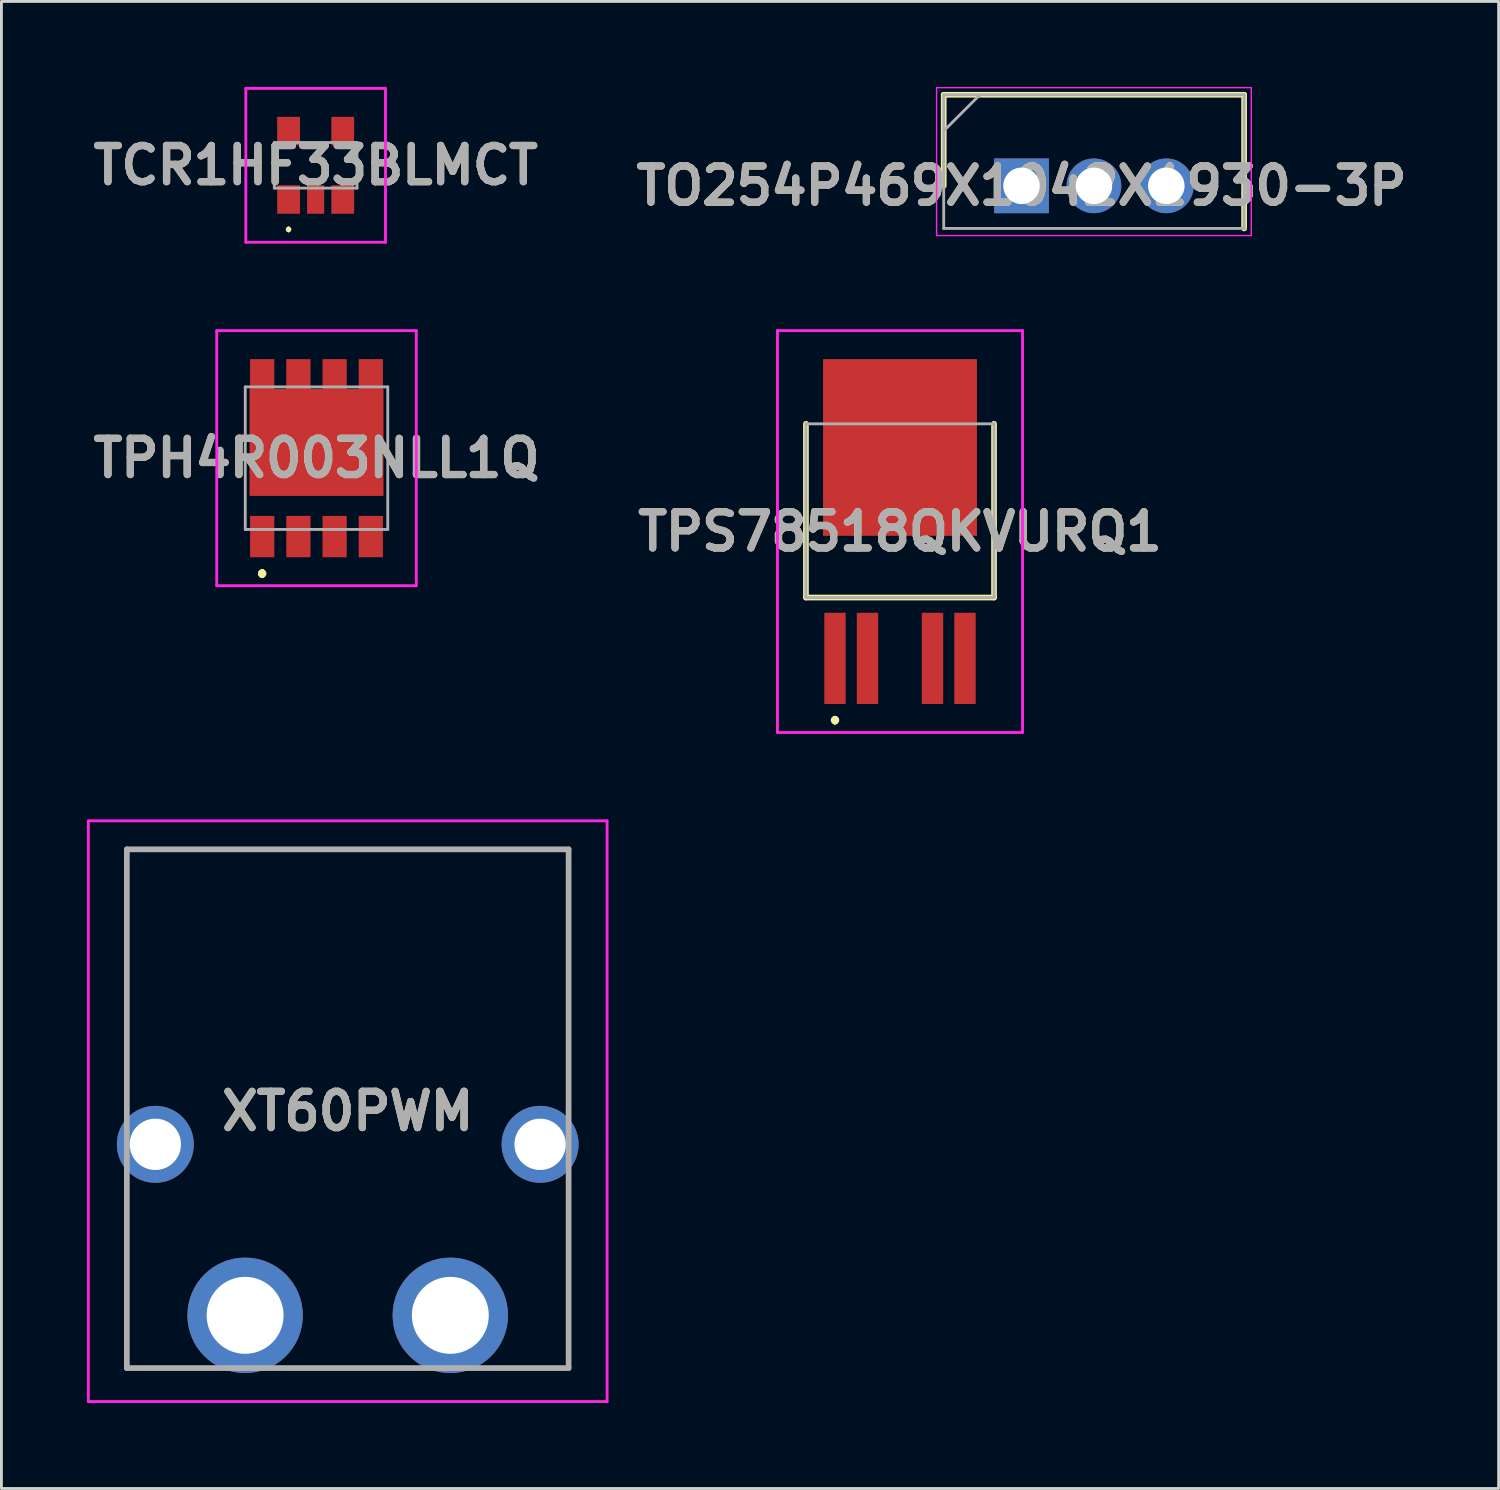
<source format=kicad_pcb>
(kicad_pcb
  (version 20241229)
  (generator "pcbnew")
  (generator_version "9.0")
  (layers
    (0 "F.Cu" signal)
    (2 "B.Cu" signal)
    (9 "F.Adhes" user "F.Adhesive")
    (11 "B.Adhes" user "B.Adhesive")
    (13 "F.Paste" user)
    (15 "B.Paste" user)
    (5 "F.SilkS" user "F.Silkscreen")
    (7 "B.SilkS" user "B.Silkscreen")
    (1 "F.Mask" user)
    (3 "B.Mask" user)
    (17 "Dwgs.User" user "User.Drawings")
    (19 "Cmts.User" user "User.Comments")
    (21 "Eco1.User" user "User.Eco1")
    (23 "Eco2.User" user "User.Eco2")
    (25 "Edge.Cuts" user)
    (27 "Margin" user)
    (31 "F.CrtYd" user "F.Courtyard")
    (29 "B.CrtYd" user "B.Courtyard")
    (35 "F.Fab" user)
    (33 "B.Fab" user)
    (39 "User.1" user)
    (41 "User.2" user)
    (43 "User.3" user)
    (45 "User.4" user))
  (footprint "TCR1HF33BLMCT"
    (layer "F.Cu")
    (at 8.025 2.75)
    (property "Reference" "TCR1HF33BLMCT" (at 0 0 0) (layer "F.SilkS") (effects (font (size 1.27 1.27) (thickness 0.254))))
    (attr smd)
    (fp_line (start -0.95 2.2) (end -0.95 2.2) (stroke (width 0.1) (type solid)) (layer "F.SilkS"))
    (fp_line (start -0.95 2.3) (end -0.95 2.3) (stroke (width 0.1) (type solid)) (layer "F.SilkS"))
    (fp_arc (start -0.95 2.2) (mid -0.9 2.25) (end -0.95 2.3) (stroke (width 0.1) (type solid)) (layer "F.SilkS"))
    (fp_arc (start -0.95 2.3) (mid -1 2.25) (end -0.95 2.2) (stroke (width 0.1) (type solid)) (layer "F.SilkS"))
    (fp_line (start -2.45 -2.7) (end 2.45 -2.7) (stroke (width 0.1) (type solid)) (layer "F.CrtYd"))
    (fp_line (start -2.45 2.7) (end -2.45 -2.7) (stroke (width 0.1) (type solid)) (layer "F.CrtYd"))
    (fp_line (start 2.45 -2.7) (end 2.45 2.7) (stroke (width 0.1) (type solid)) (layer "F.CrtYd"))
    (fp_line (start 2.45 2.7) (end -2.45 2.7) (stroke (width 0.1) (type solid)) (layer "F.CrtYd"))
    (fp_line (start -1.45 -0.8) (end 1.45 -0.8) (stroke (width 0.1) (type solid)) (layer "F.Fab"))
    (fp_line (start -1.45 0.8) (end -1.45 -0.8) (stroke (width 0.1) (type solid)) (layer "F.Fab"))
    (fp_line (start 1.45 -0.8) (end 1.45 0.8) (stroke (width 0.1) (type solid)) (layer "F.Fab"))
    (fp_line (start 1.45 0.8) (end -1.45 0.8) (stroke (width 0.1) (type solid)) (layer "F.Fab"))
    (fp_text user "${REFERENCE}" (at 0 0 0) (layer "F.Fab") (effects (font (size 1.27 1.27) (thickness 0.254))))
    (pad "1" smd rect (at -0.95 1.2) (size 0.8 1) (layers "F.Cu" "F.Mask" "F.Paste"))
    (pad "2" smd rect (at 0 1.2) (size 0.6 1) (layers "F.Cu" "F.Mask" "F.Paste"))
    (pad "3" smd rect (at 0.95 1.2) (size 0.8 1) (layers "F.Cu" "F.Mask" "F.Paste"))
    (pad "4" smd rect (at 0.95 -1.2) (size 0.8 1) (layers "F.Cu" "F.Mask" "F.Paste"))
    (pad "5" smd rect (at -0.95 -1.2) (size 0.8 1) (layers "F.Cu" "F.Mask" "F.Paste")))
  (footprint "XT60PWM"
    (layer "F.Cu")
    (at 9.15 43.1)
    (property "Reference" "XT60PWM" (at 0 -7.163 0) (layer "F.SilkS") (effects (font (size 1.27 1.27) (thickness 0.254))))
    (attr through_hole)
    (fp_line (start -7.75 -16.35) (end 7.75 -16.35) (stroke (width 0.1) (type solid)) (layer "F.SilkS"))
    (fp_line (start -7.75 -7) (end -7.75 -16.35) (stroke (width 0.1) (type solid)) (layer "F.SilkS"))
    (fp_line (start -7.75 -3) (end -7.75 1.85) (stroke (width 0.1) (type solid)) (layer "F.SilkS"))
    (fp_line (start -7.75 1.85) (end -5.6 1.85) (stroke (width 0.1) (type solid)) (layer "F.SilkS"))
    (fp_line (start 5.4 1.85) (end 7.75 1.85) (stroke (width 0.1) (type solid)) (layer "F.SilkS"))
    (fp_line (start 7.75 -16.35) (end 7.75 -7) (stroke (width 0.1) (type solid)) (layer "F.SilkS"))
    (fp_line (start 7.75 1.85) (end 7.75 -3) (stroke (width 0.1) (type solid)) (layer "F.SilkS"))
    (fp_line (start -9.1 -17.35) (end 9.1 -17.35) (stroke (width 0.1) (type solid)) (layer "F.CrtYd"))
    (fp_line (start -9.1 3.025) (end -9.1 -17.35) (stroke (width 0.1) (type solid)) (layer "F.CrtYd"))
    (fp_line (start 9.1 -17.35) (end 9.1 3.025) (stroke (width 0.1) (type solid)) (layer "F.CrtYd"))
    (fp_line (start 9.1 3.025) (end -9.1 3.025) (stroke (width 0.1) (type solid)) (layer "F.CrtYd"))
    (fp_line (start -7.75 -16.35) (end 7.75 -16.35) (stroke (width 0.2) (type solid)) (layer "F.Fab"))
    (fp_line (start -7.75 1.85) (end -7.75 -16.35) (stroke (width 0.2) (type solid)) (layer "F.Fab"))
    (fp_line (start 7.75 -16.35) (end 7.75 1.85) (stroke (width 0.2) (type solid)) (layer "F.Fab"))
    (fp_line (start 7.75 1.85) (end -7.75 1.85) (stroke (width 0.2) (type solid)) (layer "F.Fab"))
    (fp_text user "${REFERENCE}" (at 0 -7.163 0) (layer "F.Fab") (effects (font (size 1.27 1.27) (thickness 0.254))))
    (pad "1" thru_hole circle (at -3.6 0) (size 4.05 4.05) (drill 2.7) (layers "*.Cu" "*.Mask"))
    (pad "2" thru_hole circle (at 3.6 0) (size 4.05 4.05) (drill 2.7) (layers "*.Cu" "*.Mask"))
    (pad "3" thru_hole circle (at 6.75 -6) (size 2.7 2.7) (drill 1.8) (layers "*.Cu" "*.Mask"))
    (pad "4" thru_hole circle (at -6.75 -6) (size 2.7 2.7) (drill 1.8) (layers "*.Cu" "*.Mask")))
  (footprint "TO254P469X1042X1930-3P"
    (layer "F.Cu")
    (at 32.791 3.47)
    (property "Reference" "TO254P469X1042X1930-3P" (at 0 0 0) (layer "F.SilkS") (effects (font (size 1.27 1.27) (thickness 0.254))))
    (attr through_hole)
    (fp_line (start -2.73 -3.195) (end -2.73 0) (stroke (width 0.2) (type solid)) (layer "F.SilkS"))
    (fp_line (start 7.81 -3.195) (end -2.73 -3.195) (stroke (width 0.2) (type solid)) (layer "F.SilkS"))
    (fp_line (start 7.81 1.495) (end 7.81 -3.195) (stroke (width 0.2) (type solid)) (layer "F.SilkS"))
    (fp_line (start -2.98 -3.445) (end 8.06 -3.445) (stroke (width 0.05) (type solid)) (layer "F.CrtYd"))
    (fp_line (start -2.98 1.745) (end -2.98 -3.445) (stroke (width 0.05) (type solid)) (layer "F.CrtYd"))
    (fp_line (start 8.06 -3.445) (end 8.06 1.745) (stroke (width 0.05) (type solid)) (layer "F.CrtYd"))
    (fp_line (start 8.06 1.745) (end -2.98 1.745) (stroke (width 0.05) (type solid)) (layer "F.CrtYd"))
    (fp_line (start -2.73 -3.195) (end 7.81 -3.195) (stroke (width 0.1) (type solid)) (layer "F.Fab"))
    (fp_line (start -2.73 -1.925) (end -1.46 -3.195) (stroke (width 0.1) (type solid)) (layer "F.Fab"))
    (fp_line (start -2.73 1.495) (end -2.73 -3.195) (stroke (width 0.1) (type solid)) (layer "F.Fab"))
    (fp_line (start 7.81 -3.195) (end 7.81 1.495) (stroke (width 0.1) (type solid)) (layer "F.Fab"))
    (fp_line (start 7.81 1.495) (end -2.73 1.495) (stroke (width 0.1) (type solid)) (layer "F.Fab"))
    (fp_text user "${REFERENCE}" (at 0 0 0) (layer "F.Fab") (effects (font (size 1.27 1.27) (thickness 0.254))))
    (pad "1" thru_hole rect (at 0 0) (size 1.92 1.92) (drill 1.28) (layers "*.Cu" "*.Mask"))
    (pad "2" thru_hole circle (at 2.54 0) (size 1.92 1.92) (drill 1.28) (layers "*.Cu" "*.Mask"))
    (pad "3" thru_hole circle (at 5.08 0) (size 1.92 1.92) (drill 1.28) (layers "*.Cu" "*.Mask")))
  (footprint "TPH4R003NLL1Q"
    (layer "F.Cu")
    (at 8.055 13.025)
    (property "Reference" "TPH4R003NLL1Q" (at 0 0 0) (layer "F.SilkS") (effects (font (size 1.27 1.27) (thickness 0.254))))
    (attr smd)
    (fp_line (start -1.905 4) (end -1.905 4) (stroke (width 0.2) (type solid)) (layer "F.SilkS"))
    (fp_line (start -1.905 4) (end -1.905 4) (stroke (width 0.2) (type solid)) (layer "F.SilkS"))
    (fp_line (start -1.905 4.1) (end -1.905 4.1) (stroke (width 0.2) (type solid)) (layer "F.SilkS"))
    (fp_arc (start -1.905 4) (mid -1.855 4.05) (end -1.905 4.1) (stroke (width 0.2) (type solid)) (layer "F.SilkS"))
    (fp_arc (start -1.905 4.1) (mid -1.955 4.05) (end -1.905 4) (stroke (width 0.2) (type solid)) (layer "F.SilkS"))
    (fp_arc (start -1.905 4.1) (mid -1.955 4.05) (end -1.905 4) (stroke (width 0.2) (type solid)) (layer "F.SilkS"))
    (fp_line (start -3.5 -4.475) (end 3.5 -4.475) (stroke (width 0.1) (type solid)) (layer "F.CrtYd"))
    (fp_line (start -3.5 4.475) (end -3.5 -4.475) (stroke (width 0.1) (type solid)) (layer "F.CrtYd"))
    (fp_line (start 3.5 -4.475) (end 3.5 4.475) (stroke (width 0.1) (type solid)) (layer "F.CrtYd"))
    (fp_line (start 3.5 4.475) (end -3.5 4.475) (stroke (width 0.1) (type solid)) (layer "F.CrtYd"))
    (fp_line (start -2.5 -2.5) (end -2.5 2.5) (stroke (width 0.1) (type solid)) (layer "F.Fab"))
    (fp_line (start -2.5 2.5) (end 2.5 2.5) (stroke (width 0.1) (type solid)) (layer "F.Fab"))
    (fp_line (start 2.5 -2.5) (end -2.5 -2.5) (stroke (width 0.1) (type solid)) (layer "F.Fab"))
    (fp_line (start 2.5 2.5) (end 2.5 -2.5) (stroke (width 0.1) (type solid)) (layer "F.Fab"))
    (fp_text user "${REFERENCE}" (at 0 0 0) (layer "F.Fab") (effects (font (size 1.27 1.27) (thickness 0.254))))
    (pad "1" smd rect (at -1.905 2.75) (size 0.85 1.45) (layers "F.Cu" "F.Mask" "F.Paste"))
    (pad "2" smd rect (at -0.635 2.75) (size 0.85 1.45) (layers "F.Cu" "F.Mask" "F.Paste"))
    (pad "3" smd rect (at 0.635 2.75) (size 0.85 1.45) (layers "F.Cu" "F.Mask" "F.Paste"))
    (pad "4" smd rect (at 1.905 2.75) (size 0.85 1.45) (layers "F.Cu" "F.Mask" "F.Paste"))
    (pad "5" smd rect (at 1.905 -2.95) (size 0.85 1.05) (layers "F.Cu" "F.Mask" "F.Paste"))
    (pad "6" smd rect (at 0.635 -2.95) (size 0.85 1.05) (layers "F.Cu" "F.Mask" "F.Paste"))
    (pad "7" smd rect (at -0.635 -2.95) (size 0.85 1.05) (layers "F.Cu" "F.Mask" "F.Paste"))
    (pad "8" smd rect (at -1.905 -2.95) (size 0.85 1.05) (layers "F.Cu" "F.Mask" "F.Paste"))
    (pad "9" smd rect (at 0 -0.55 90) (size 3.75 4.7) (layers "F.Cu" "F.Mask" "F.Paste")))
  (footprint "TPS78518QKVURQ1"
    (layer "F.Cu")
    (at 28.527 14.867)
    (property "Reference" "TPS78518QKVURQ1" (at 0 0.733 0) (layer "F.SilkS") (effects (font (size 1.27 1.27) (thickness 0.254))))
    (attr smd)
    (fp_line (start -3.3 -3.047) (end -3.3 3.048) (stroke (width 0.2) (type solid)) (layer "F.SilkS"))
    (fp_line (start -3.3 3.048) (end 3.3 3.048) (stroke (width 0.2) (type solid)) (layer "F.SilkS"))
    (fp_line (start -2.28 7.3) (end -2.28 7.3) (stroke (width 0.2) (type solid)) (layer "F.SilkS"))
    (fp_line (start -2.28 7.3) (end -2.28 7.4) (stroke (width 0.2) (type solid)) (layer "F.SilkS"))
    (fp_line (start -2.28 7.4) (end -2.28 7.4) (stroke (width 0.2) (type solid)) (layer "F.SilkS"))
    (fp_line (start 3.3 3.048) (end 3.3 -3.047) (stroke (width 0.2) (type solid)) (layer "F.SilkS"))
    (fp_arc (start -2.28 7.3) (mid -2.23 7.35) (end -2.28 7.4) (stroke (width 0.2) (type solid)) (layer "F.SilkS"))
    (fp_arc (start -2.28 7.4) (mid -2.33 7.35) (end -2.28 7.3) (stroke (width 0.2) (type solid)) (layer "F.SilkS"))
    (fp_line (start -4.3 -6.317) (end 4.3 -6.317) (stroke (width 0.1) (type solid)) (layer "F.CrtYd"))
    (fp_line (start -4.3 7.783) (end -4.3 -6.317) (stroke (width 0.1) (type solid)) (layer "F.CrtYd"))
    (fp_line (start 4.3 -6.317) (end 4.3 7.783) (stroke (width 0.1) (type solid)) (layer "F.CrtYd"))
    (fp_line (start 4.3 7.783) (end -4.3 7.783) (stroke (width 0.1) (type solid)) (layer "F.CrtYd"))
    (fp_line (start -3.3 -3.047) (end 3.3 -3.047) (stroke (width 0.1) (type solid)) (layer "F.Fab"))
    (fp_line (start -3.3 3.048) (end -3.3 -3.047) (stroke (width 0.1) (type solid)) (layer "F.Fab"))
    (fp_line (start 3.3 -3.047) (end 3.3 3.048) (stroke (width 0.1) (type solid)) (layer "F.Fab"))
    (fp_line (start 3.3 3.048) (end -3.3 3.048) (stroke (width 0.1) (type solid)) (layer "F.Fab"))
    (fp_text user "${REFERENCE}" (at 0 0.733 0) (layer "F.Fab") (effects (font (size 1.27 1.27) (thickness 0.254))))
    (pad "1" smd rect (at -2.28 5.183) (size 0.75 3.2) (layers "F.Cu" "F.Mask" "F.Paste"))
    (pad "2" smd rect (at -1.14 5.183) (size 0.75 3.2) (layers "F.Cu" "F.Mask" "F.Paste"))
    (pad "3" smd rect (at 0 -2.217) (size 5.4 6.2) (layers "F.Cu" "F.Mask" "F.Paste"))
    (pad "4" smd rect (at 1.14 5.183) (size 0.75 3.2) (layers "F.Cu" "F.Mask" "F.Paste"))
    (pad "5" smd rect (at 2.28 5.183) (size 0.75 3.2) (layers "F.Cu" "F.Mask" "F.Paste")))
  (gr_rect
    (start -3 -3)
    (end 49.531 49.175)
    (stroke (width 0.1) (type default))
    (fill no)
    (layer "Edge.Cuts")))
</source>
